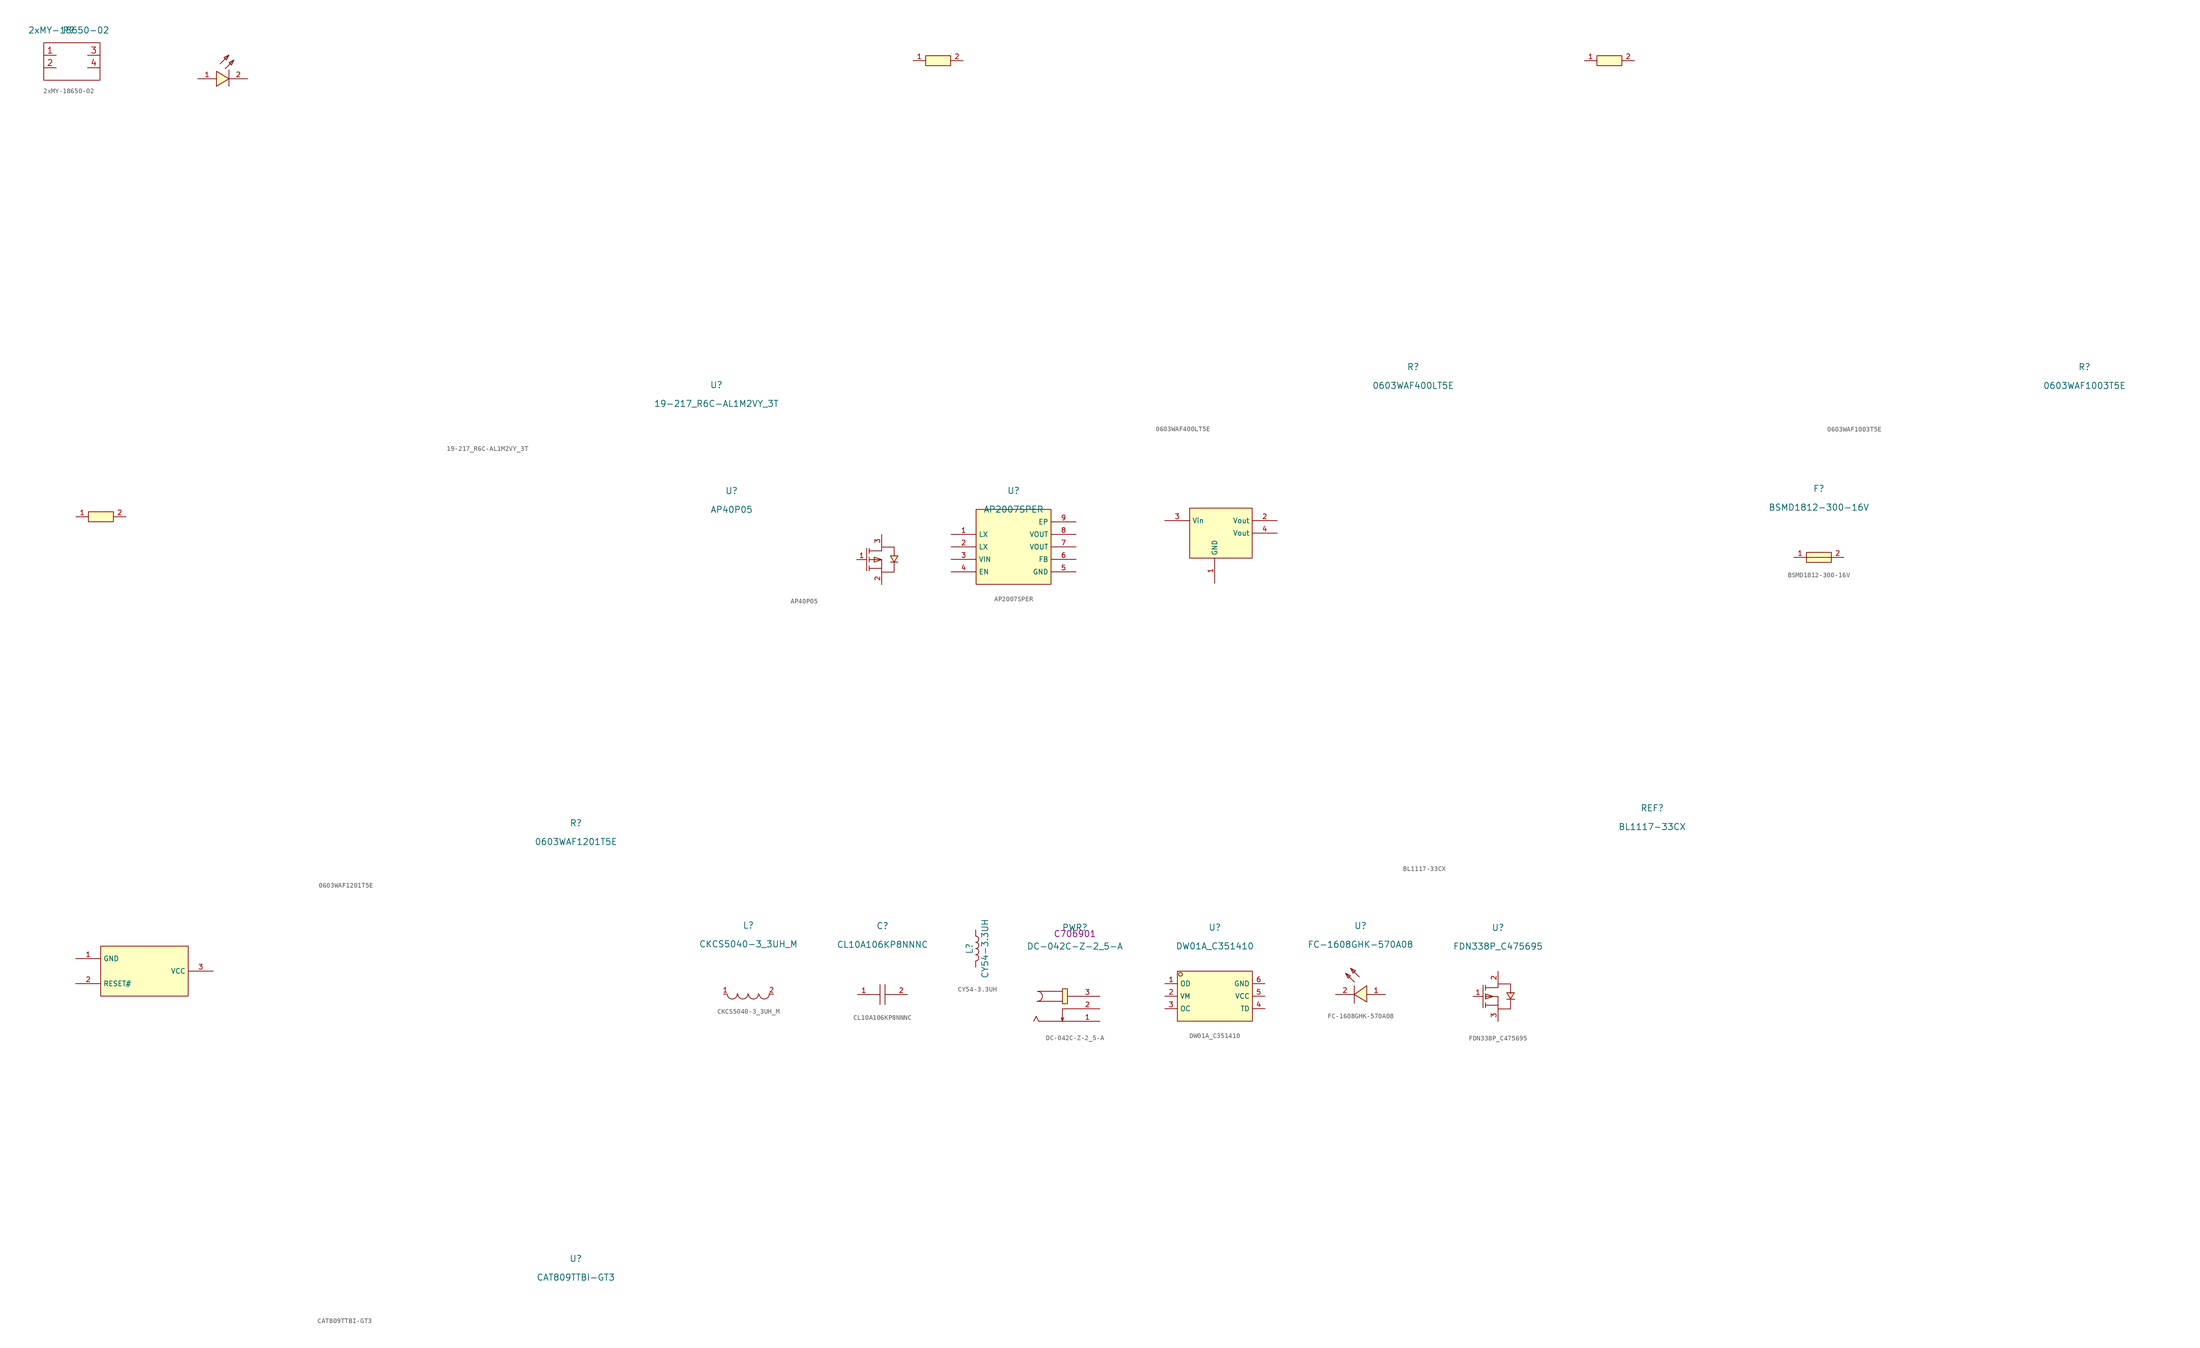
<source format=kicad_sym>
(kicad_symbol_lib
  (version 20211014)
  (generator kicad_symbol_editor)
  (symbol "2xMY-18650-02"
    (property "Reference" "P"
      (at 0 0 0)
      (effects (font (size 1.27 1.27))))
    (property "Value" "2xMY-18650-02"
      (at 0 0 0)
      (effects (font (size 1.27 1.27))))
    (symbol "2xMY-18650-02_0_1"
      (rectangle (start -5.08 -2.54) (end 6.35 -10.16) (stroke (width 0.152) (type default) (color 0 0 0 0)) (fill (type none))))
    (symbol "2xMY-18650-02_1_1"
      (pin bidirectional line (at -5.08 -5.08 0) (length 2.54) (name "" (effects (font (size 1.27 1.27)))) (number "1" (effects (font (size 1.27 1.27)))))
      (pin bidirectional line (at -5.08 -7.62 0) (length 2.54) (name "" (effects (font (size 1.27 1.27)))) (number "2" (effects (font (size 1.27 1.27)))))
      (pin bidirectional line (at 6.35 -5.08 180) (length 2.54) (name "" (effects (font (size 1.27 1.27)))) (number "3" (effects (font (size 1.27 1.27)))))
      (pin bidirectional line (at 6.35 -7.62 180) (length 2.54) (name "" (effects (font (size 1.27 1.27)))) (number "4" (effects (font (size 1.27 1.27)))))))
  (symbol "19-217_R6C-AL1M2VY_3T"
    (pin_names hide)
    (property "Reference" "U"
      (at 0 1.27 0)
      (effects (font (size 1.27 1.27))))
    (property "Value" "19-217_R6C-AL1M2VY_3T"
      (at 0 -2.54 0)
      (effects (font (size 1.27 1.27))))
    (symbol "19-217_R6C-AL1M2VY_3T_0_0"
      (polyline (pts (xy -100.838 66.548) (xy -99.06 68.326)) (stroke (width 0) (type default) (color 0 0 0 0)) (fill (type none)))
      (polyline (pts (xy -99.822 65.532) (xy -98.044 67.31)) (stroke (width 0) (type default) (color 0 0 0 0)) (fill (type none)))
      (polyline (pts (xy -99.06 65.278) (xy -99.06 61.976)) (stroke (width 0) (type default) (color 0 0 0 0)) (fill (type none)))
      (polyline (pts (xy -101.6 61.976) (xy -99.06 63.5) (xy -101.6 65.024) (xy -101.6 61.976)) (stroke (width 0) (type default) (color 0 0 0 0)) (fill (type background)))
      (polyline (pts (xy -99.06 68.326) (xy -100.076 67.818) (xy -99.568 67.31) (xy -99.06 68.326)) (stroke (width 0) (type default) (color 0 0 0 0)) (fill (type background)))
      (polyline (pts (xy -98.044 67.31) (xy -99.06 66.802) (xy -98.552 66.294) (xy -98.044 67.31)) (stroke (width 0) (type default) (color 0 0 0 0)) (fill (type background)))
      (pin input line (at -105.41 63.5 0) (length 3.81) (name "A" (effects (font (size 1 1)))) (number "1" (effects (font (size 1 1)))))
      (pin input line (at -95.25 63.5 180) (length 3.81) (name "C" (effects (font (size 1 1)))) (number "2" (effects (font (size 1 1)))))))
  (symbol "0603WAF400LT5E"
    (pin_names hide)
    (property "Reference" "R"
      (at 0 1.27 0)
      (effects (font (size 1.27 1.27))))
    (property "Value" "0603WAF400LT5E"
      (at 0 -2.54 0)
      (effects (font (size 1.27 1.27))))
    (symbol "0603WAF400LT5E_0_0"
      (rectangle (start -99.06 64.516) (end -93.98 62.484) (stroke (width 0) (type default) (color 0 0 0 0)) (fill (type background)))
      (pin input line (at -101.6 63.5 0) (length 2.54) (name "1" (effects (font (size 1 1)))) (number "1" (effects (font (size 1 1)))))
      (pin input line (at -91.44 63.5 180) (length 2.54) (name "2" (effects (font (size 1 1)))) (number "2" (effects (font (size 1 1)))))))
  (symbol "0603WAF1003T5E"
    (pin_names hide)
    (property "Reference" "R"
      (at 0 1.27 0)
      (effects (font (size 1.27 1.27))))
    (property "Value" "0603WAF1003T5E"
      (at 0 -2.54 0)
      (effects (font (size 1.27 1.27))))
    (symbol "0603WAF1003T5E_0_0"
      (rectangle (start -99.06 64.516) (end -93.98 62.484) (stroke (width 0) (type default) (color 0 0 0 0)) (fill (type background)))
      (pin input line (at -101.6 63.5 0) (length 2.54) (name "1" (effects (font (size 1 1)))) (number "1" (effects (font (size 1 1)))))
      (pin input line (at -91.44 63.5 180) (length 2.54) (name "2" (effects (font (size 1 1)))) (number "2" (effects (font (size 1 1)))))))
  (symbol "0603WAF1201T5E"
    (pin_names hide)
    (property "Reference" "R"
      (at 0 1.27 0)
      (effects (font (size 1.27 1.27))))
    (property "Value" "0603WAF1201T5E"
      (at 0 -2.54 0)
      (effects (font (size 1.27 1.27))))
    (symbol "0603WAF1201T5E_0_0"
      (rectangle (start -99.06 64.516) (end -93.98 62.484) (stroke (width 0) (type default) (color 0 0 0 0)) (fill (type background)))
      (pin input line (at -101.6 63.5 0) (length 2.54) (name "1" (effects (font (size 1 1)))) (number "1" (effects (font (size 1 1)))))
      (pin input line (at -91.44 63.5 180) (length 2.54) (name "2" (effects (font (size 1 1)))) (number "2" (effects (font (size 1 1)))))))
  (symbol "AP40P05"
    (pin_names hide)
    (property "Reference" "U"
      (at 0 1.27 0)
      (effects (font (size 1.27 1.27))))
    (property "Value" "AP40P05"
      (at 0 -2.54 0)
      (effects (font (size 1.27 1.27))))
    (symbol "AP40P05_0_0"
      (polyline (pts (xy 27.432 -10.414) (xy 27.432 -14.986)) (stroke (width 0) (type default) (color 0 0 0 0)) (fill (type none)))
      (polyline (pts (xy 27.94 -14.986) (xy 27.94 -13.97)) (stroke (width 0) (type default) (color 0 0 0 0)) (fill (type none)))
      (polyline (pts (xy 27.94 -13.208) (xy 27.94 -12.192)) (stroke (width 0) (type default) (color 0 0 0 0)) (fill (type none)))
      (polyline (pts (xy 27.94 -11.43) (xy 27.94 -10.414)) (stroke (width 0) (type default) (color 0 0 0 0)) (fill (type none)))
      (polyline (pts (xy 30.48 -14.478) (xy 27.94 -14.478)) (stroke (width 0) (type default) (color 0 0 0 0)) (fill (type none)))
      (polyline (pts (xy 30.48 -10.922) (xy 27.94 -10.922)) (stroke (width 0) (type default) (color 0 0 0 0)) (fill (type none)))
      (polyline (pts (xy 27.94 -12.7) (xy 30.48 -12.7) (xy 30.48 -15.24)) (stroke (width 0) (type default) (color 0 0 0 0)) (fill (type none)))
      (polyline (pts (xy 30.48 -15.24) (xy 33.02 -15.24) (xy 33.02 -13.208)) (stroke (width 0) (type default) (color 0 0 0 0)) (fill (type none)))
      (polyline (pts (xy 30.48 -12.7) (xy 28.956 -12.192) (xy 28.956 -13.208) (xy 30.48 -12.7)) (stroke (width 0) (type default) (color 0 0 0 0)) (fill (type background)))
      (polyline (pts (xy 30.48 -10.922) (xy 30.48 -10.16) (xy 33.02 -10.16) (xy 33.02 -11.938)) (stroke (width 0) (type default) (color 0 0 0 0)) (fill (type none)))
      (polyline (pts (xy 33.02 -13.208) (xy 33.782 -11.938) (xy 32.258 -11.938) (xy 33.02 -13.208)) (stroke (width 0) (type default) (color 0 0 0 0)) (fill (type background)))
      (polyline (pts (xy 33.782 -13.208) (xy 33.528 -13.208) (xy 32.512 -13.208) (xy 32.258 -13.208)) (stroke (width 0) (type default) (color 0 0 0 0)) (fill (type none)))
      (pin unspecified line (at 25.4 -12.7 0) (length 2.032) (name "G" (effects (font (size 1 1)))) (number "1" (effects (font (size 1 1)))))
      (pin unspecified line (at 30.48 -17.78 90) (length 2.54) (name "S" (effects (font (size 1 1)))) (number "2" (effects (font (size 1 1)))))
      (pin unspecified line (at 30.48 -7.62 270) (length 2.54) (name "D" (effects (font (size 1 1)))) (number "3" (effects (font (size 1 1)))))))
  (symbol "AP2007SPER"
    (property "Reference" "U"
      (at 0 1.27 0)
      (effects (font (size 1.27 1.27))))
    (property "Value" "AP2007SPER"
      (at 0 -2.54 0)
      (effects (font (size 1.27 1.27))))
    (symbol "AP2007SPER_0_0"
      (rectangle (start -7.62 -2.54) (end 7.62 -17.78) (stroke (width 0) (type default) (color 0 0 0 0)) (fill (type background)))
      (pin unspecified line (at -12.7 -7.62 0) (length 5.08) (name "LX" (effects (font (size 1 1)))) (number "1" (effects (font (size 1 1)))))
      (pin unspecified line (at -12.7 -10.16 0) (length 5.08) (name "LX" (effects (font (size 1 1)))) (number "2" (effects (font (size 1 1)))))
      (pin unspecified line (at -12.7 -12.7 0) (length 5.08) (name "VIN" (effects (font (size 1 1)))) (number "3" (effects (font (size 1 1)))))
      (pin unspecified line (at -12.7 -15.24 0) (length 5.08) (name "EN" (effects (font (size 1 1)))) (number "4" (effects (font (size 1 1)))))
      (pin unspecified line (at 12.7 -15.24 180) (length 5.08) (name "GND" (effects (font (size 1 1)))) (number "5" (effects (font (size 1 1)))))
      (pin unspecified line (at 12.7 -12.7 180) (length 5.08) (name "FB" (effects (font (size 1 1)))) (number "6" (effects (font (size 1 1)))))
      (pin unspecified line (at 12.7 -10.16 180) (length 5.08) (name "VOUT" (effects (font (size 1 1)))) (number "7" (effects (font (size 1 1)))))
      (pin unspecified line (at 12.7 -7.62 180) (length 5.08) (name "VOUT" (effects (font (size 1 1)))) (number "8" (effects (font (size 1 1)))))
      (pin unspecified line (at 12.7 -5.08 180) (length 5.08) (name "EP" (effects (font (size 1 1)))) (number "9" (effects (font (size 1 1)))))))
  (symbol "BL1117-33CX"
    (property "Reference" "REF"
      (at 0 1.27 0)
      (effects (font (size 1.27 1.27))))
    (property "Value" "BL1117-33CX"
      (at 0 -2.54 0)
      (effects (font (size 1.27 1.27))))
    (symbol "BL1117-33CX_0_0"
      (rectangle (start -93.98 62.23) (end -81.28 52.07) (stroke (width 0) (type default) (color 0 0 0 0)) (fill (type background)))
      (pin unspecified line (at -88.9 46.99 90) (length 5.08) (name "GND" (effects (font (size 1 1)))) (number "1" (effects (font (size 1 1)))))
      (pin unspecified line (at -76.2 59.69 180) (length 5.08) (name "Vout" (effects (font (size 1 1)))) (number "2" (effects (font (size 1 1)))))
      (pin unspecified line (at -99.06 59.69 0) (length 5.08) (name "Vin" (effects (font (size 1 1)))) (number "3" (effects (font (size 1 1)))))
      (pin unspecified line (at -76.2 57.15 180) (length 5.08) (name "Vout" (effects (font (size 1 1)))) (number "4" (effects (font (size 1 1)))))))
  (symbol "BSMD1812-300-16V"
    (pin_names hide)
    (property "Reference" "F"
      (at 0 1.27 0)
      (effects (font (size 1.27 1.27))))
    (property "Value" "BSMD1812-300-16V"
      (at 0 -2.54 0)
      (effects (font (size 1.27 1.27))))
    (symbol "BSMD1812-300-16V_0_0"
      (rectangle (start -2.54 -11.684) (end 2.54 -13.716) (stroke (width 0) (type default) (color 0 0 0 0)) (fill (type background)))
      (polyline (pts (xy -2.54 -12.7) (xy 2.54 -12.7)) (stroke (width 0) (type default) (color 0 0 0 0)) (fill (type none)))
      (pin unspecified line (at -5.08 -12.7 0) (length 2.54) (name "1" (effects (font (size 1 1)))) (number "1" (effects (font (size 1 1)))))
      (pin unspecified line (at 5.08 -12.7 180) (length 2.54) (name "2" (effects (font (size 1 1)))) (number "2" (effects (font (size 1 1)))))))
  (symbol "CAT809TTBI-GT3"
    (property "Reference" "U"
      (at 0 1.27 0)
      (effects (font (size 1.27 1.27))))
    (property "Value" "CAT809TTBI-GT3"
      (at 0 -2.54 0)
      (effects (font (size 1.27 1.27))))
    (symbol "CAT809TTBI-GT3_0_0"
      (rectangle (start -96.52 64.77) (end -78.74 54.61) (stroke (width 0) (type default) (color 0 0 0 0)) (fill (type background)))
      (pin unspecified line (at -101.6 62.23 0) (length 5.08) (name "GND" (effects (font (size 1 1)))) (number "1" (effects (font (size 1 1)))))
      (pin unspecified line (at -101.6 57.15 0) (length 5.08) (name "RESET#" (effects (font (size 1 1)))) (number "2" (effects (font (size 1 1)))))
      (pin unspecified line (at -73.66 59.69 180) (length 5.08) (name "VCC" (effects (font (size 1 1)))) (number "3" (effects (font (size 1 1)))))))
  (symbol "CKCS5040-3_3UH_M"
    (pin_names hide)
    (property "Reference" "L"
      (at 0 1.27 0)
      (effects (font (size 1.27 1.27))))
    (property "Value" "CKCS5040-3_3UH_M"
      (at 0 -2.54 0)
      (effects (font (size 1.27 1.27))))
    (symbol "CKCS5040-3_3UH_M_0_0"
      (arc (start -4.2859 -12.801) (mid -3.1591 -13.6924) (end -2.2676 -12.5655) (stroke (width 0) (type default) (color 0 0 0 0)) (fill (type none)))
      (arc (start -2.1312 -12.8003) (mid -1.0043 -13.6919) (end -0.1129 -12.5649) (stroke (width 0) (type default) (color 0 0 0 0)) (fill (type none)))
      (arc (start 0.0194 -12.8003) (mid 1.1463 -13.6919) (end 2.0377 -12.5649) (stroke (width 0) (type default) (color 0 0 0 0)) (fill (type none)))
      (arc (start 2.2122 -12.8008) (mid 3.3391 -13.6924) (end 4.2305 -12.5654) (stroke (width 0) (type default) (color 0 0 0 0)) (fill (type none)))
      (pin unspecified line (at -5.08 -12.7 0) (length 0.762) (name "1" (effects (font (size 1 1)))) (number "1" (effects (font (size 1 1)))))
      (pin unspecified line (at 5.08 -12.7 180) (length 0.762) (name "2" (effects (font (size 1 1)))) (number "2" (effects (font (size 1 1)))))))
  (symbol "CL10A106KP8NNNC"
    (pin_names hide)
    (property "Reference" "C"
      (at 0 1.27 0)
      (effects (font (size 1.27 1.27))))
    (property "Value" "CL10A106KP8NNNC"
      (at 0 -2.54 0)
      (effects (font (size 1.27 1.27))))
    (symbol "CL10A106KP8NNNC_0_0"
      (polyline (pts (xy -0.508 -14.732) (xy -0.508 -10.668)) (stroke (width 0) (type default) (color 0 0 0 0)) (fill (type none)))
      (polyline (pts (xy -0.508 -12.7) (xy -2.54 -12.7)) (stroke (width 0) (type default) (color 0 0 0 0)) (fill (type none)))
      (polyline (pts (xy 0.508 -10.668) (xy 0.508 -14.732)) (stroke (width 0) (type default) (color 0 0 0 0)) (fill (type none)))
      (polyline (pts (xy 2.54 -12.7) (xy 0.508 -12.7)) (stroke (width 0) (type default) (color 0 0 0 0)) (fill (type none)))
      (pin unspecified line (at -5.08 -12.7 0) (length 2.54) (name "1" (effects (font (size 1 1)))) (number "1" (effects (font (size 1 1)))))
      (pin unspecified line (at 5.08 -12.7 180) (length 2.54) (name "2" (effects (font (size 1 1)))) (number "2" (effects (font (size 1 1)))))))
  (symbol "CY54-3.3UH"
    (pin_numbers hide)
    (pin_names
      (offset 1.016) hide)
    (property "Reference" "L"
      (at -1.27 0 90)
      (effects (font (size 1.27 1.27))))
    (property "Value" "CY54-3.3UH"
      (at 1.905 0 90)
      (effects (font (size 1.27 1.27))))
    (symbol "CY54-3.3UH_0_1"
      (arc (start 0 -2.54) (mid 0.635 -1.905) (end 0 -1.27) (stroke (width 0) (type default) (color 0 0 0 0)) (fill (type none)))
      (arc (start 0 -1.27) (mid 0.635 -0.635) (end 0 0) (stroke (width 0) (type default) (color 0 0 0 0)) (fill (type none)))
      (arc (start 0 0) (mid 0.635 0.635) (end 0 1.27) (stroke (width 0) (type default) (color 0 0 0 0)) (fill (type none)))
      (arc (start 0 1.27) (mid 0.635 1.905) (end 0 2.54) (stroke (width 0) (type default) (color 0 0 0 0)) (fill (type none))))
    (symbol "CY54-3.3UH_1_1"
      (pin passive line (at 0 3.81 270) (length 1.27) (name "1" (effects (font (size 1.27 1.27)))) (number "1" (effects (font (size 1.27 1.27)))))
      (pin passive line (at 0 -3.81 90) (length 1.27) (name "2" (effects (font (size 1.27 1.27)))) (number "2" (effects (font (size 1.27 1.27)))))))
  (symbol "DC-042C-Z-2_5-A"
    (pin_names hide)
    (property "Reference" "PWR"
      (at 0 1.27 0)
      (effects (font (size 1.27 1.27))))
    (property "Value" "DC-042C-Z-2_5-A"
      (at 0 -2.54 0)
      (effects (font (size 1.27 1.27))))
    (property "LCSC #" "C706901"
      (at 0 0 0)
      (effects (font (size 1.27 1.27))))
    (symbol "DC-042C-Z-2_5-A_0_0"
      (arc (start -7.7278 -13.7103) (mid -6.6097 -12.8078) (end -7.5122 -11.6897) (stroke (width 0) (type default) (color 0 0 0 0)) (fill (type none)))
      (rectangle (start -2.54 -11.176) (end -1.524 -14.224) (stroke (width 0) (type default) (color 0 0 0 0)) (fill (type background)))
      (polyline (pts (xy -2.54 -17.78) (xy -2.794 -17.018)) (stroke (width 0) (type default) (color 0 0 0 0)) (fill (type none)))
      (polyline (pts (xy -2.54 -13.716) (xy -7.62 -13.716)) (stroke (width 0) (type default) (color 0 0 0 0)) (fill (type none)))
      (polyline (pts (xy -2.54 -11.684) (xy -7.62 -11.684)) (stroke (width 0) (type default) (color 0 0 0 0)) (fill (type none)))
      (polyline (pts (xy 0 -12.7) (xy -1.524 -12.7)) (stroke (width 0) (type default) (color 0 0 0 0)) (fill (type none)))
      (polyline (pts (xy 0 -17.78) (xy -7.366 -17.78) (xy -7.874 -16.764) (xy -8.382 -17.78)) (stroke (width 0) (type default) (color 0 0 0 0)) (fill (type none)))
      (polyline (pts (xy 0 -15.24) (xy -2.54 -15.24) (xy -2.54 -17.78) (xy -2.286 -17.018)) (stroke (width 0) (type default) (color 0 0 0 0)) (fill (type none)))
      (pin unspecified line (at 5.08 -17.78 180) (length 5.08) (name "1" (effects (font (size 1 1)))) (number "1" (effects (font (size 1 1)))))
      (pin unspecified line (at 5.08 -15.24 180) (length 5.08) (name "2" (effects (font (size 1 1)))) (number "2" (effects (font (size 1 1)))))
      (pin unspecified line (at 5.08 -12.7 180) (length 5.08) (name "3" (effects (font (size 1 1)))) (number "3" (effects (font (size 1 1)))))))
  (symbol "DW01A_C351410"
    (property "Reference" "U"
      (at 0 1.27 0)
      (effects (font (size 1.27 1.27))))
    (property "Value" "DW01A_C351410"
      (at 0 -2.54 0)
      (effects (font (size 1.27 1.27))))
    (symbol "DW01A_C351410_0_0"
      (rectangle (start -7.62 -7.62) (end 7.62 -17.78) (stroke (width 0) (type default) (color 0 0 0 0)) (fill (type background)))
      (circle (center -6.985 -8.255) (radius 0.381) (stroke (width 0) (type default) (color 0 0 0 0)) (fill (type background)))
      (pin unspecified line (at -10.16 -10.16 0) (length 2.54) (name "OD" (effects (font (size 1 1)))) (number "1" (effects (font (size 1 1)))))
      (pin unspecified line (at -10.16 -12.7 0) (length 2.54) (name "VM" (effects (font (size 1 1)))) (number "2" (effects (font (size 1 1)))))
      (pin unspecified line (at -10.16 -15.24 0) (length 2.54) (name "OC" (effects (font (size 1 1)))) (number "3" (effects (font (size 1 1)))))
      (pin unspecified line (at 10.16 -15.24 180) (length 2.54) (name "TD" (effects (font (size 1 1)))) (number "4" (effects (font (size 1 1)))))
      (pin unspecified line (at 10.16 -12.7 180) (length 2.54) (name "VCC" (effects (font (size 1 1)))) (number "5" (effects (font (size 1 1)))))
      (pin unspecified line (at 10.16 -10.16 180) (length 2.54) (name "GND" (effects (font (size 1 1)))) (number "6" (effects (font (size 1 1)))))))
  (symbol "FC-1608GHK-570A08"
    (pin_names hide)
    (property "Reference" "U"
      (at 0 1.27 0)
      (effects (font (size 1.27 1.27))))
    (property "Value" "FC-1608GHK-570A08"
      (at 0 -2.54 0)
      (effects (font (size 1.27 1.27))))
    (symbol "FC-1608GHK-570A08_0_0"
      (polyline (pts (xy -1.27 -14.478) (xy -1.27 -10.922)) (stroke (width 0) (type default) (color 0 0 0 0)) (fill (type none)))
      (polyline (pts (xy -1.27 -10.16) (xy -3.048 -8.382)) (stroke (width 0) (type default) (color 0 0 0 0)) (fill (type none)))
      (polyline (pts (xy -0.254 -9.144) (xy -2.032 -7.366)) (stroke (width 0) (type default) (color 0 0 0 0)) (fill (type none)))
      (polyline (pts (xy -3.048 -8.382) (xy -2.032 -8.89) (xy -2.54 -9.398) (xy -3.048 -8.382)) (stroke (width 0) (type default) (color 0 0 0 0)) (fill (type background)))
      (polyline (pts (xy -2.032 -7.366) (xy -1.016 -7.874) (xy -1.524 -8.382) (xy -2.032 -7.366)) (stroke (width 0) (type default) (color 0 0 0 0)) (fill (type background)))
      (polyline (pts (xy 1.27 -14.224) (xy -1.27 -12.7) (xy 1.27 -10.922) (xy 1.27 -14.224)) (stroke (width 0) (type default) (color 0 0 0 0)) (fill (type background)))
      (pin unspecified line (at 5.08 -12.7 180) (length 3.81) (name "+" (effects (font (size 1 1)))) (number "1" (effects (font (size 1 1)))))
      (pin unspecified line (at -5.08 -12.7 0) (length 3.81) (name "-" (effects (font (size 1 1)))) (number "2" (effects (font (size 1 1)))))))
  (symbol "FDN338P_C475695"
    (pin_names hide)
    (property "Reference" "U"
      (at 0 1.27 0)
      (effects (font (size 1.27 1.27))))
    (property "Value" "FDN338P_C475695"
      (at 0 -2.54 0)
      (effects (font (size 1.27 1.27))))
    (symbol "FDN338P_C475695_0_0"
      (polyline (pts (xy -3.048 -10.414) (xy -3.048 -14.986)) (stroke (width 0) (type default) (color 0 0 0 0)) (fill (type none)))
      (polyline (pts (xy -2.54 -14.986) (xy -2.54 -13.97)) (stroke (width 0) (type default) (color 0 0 0 0)) (fill (type none)))
      (polyline (pts (xy -2.54 -13.208) (xy -2.54 -12.192)) (stroke (width 0) (type default) (color 0 0 0 0)) (fill (type none)))
      (polyline (pts (xy -2.54 -10.414) (xy -2.54 -11.43)) (stroke (width 0) (type default) (color 0 0 0 0)) (fill (type none)))
      (polyline (pts (xy 0 -14.478) (xy -2.54 -14.478)) (stroke (width 0) (type default) (color 0 0 0 0)) (fill (type none)))
      (polyline (pts (xy 3.386 -13.269) (xy 1.76 -13.269)) (stroke (width 0) (type default) (color 0 0 0 0)) (fill (type none)))
      (polyline (pts (xy -1.016 -12.7) (xy -2.54 -12.192) (xy -2.54 -13.208) (xy -1.016 -12.7)) (stroke (width 0) (type default) (color 0 0 0 0)) (fill (type background)))
      (polyline (pts (xy 2.54 -13.208) (xy 3.302 -11.938) (xy 1.778 -11.938) (xy 2.54 -13.208)) (stroke (width 0) (type default) (color 0 0 0 0)) (fill (type background)))
      (polyline (pts (xy -2.54 -12.7) (xy 0 -12.7) (xy 0 -15.24) (xy 2.54 -15.24) (xy 2.54 -13.462)) (stroke (width 0) (type default) (color 0 0 0 0)) (fill (type none)))
      (polyline (pts (xy -2.54 -10.922) (xy 0 -10.922) (xy 0 -10.16) (xy 2.54 -10.16) (xy 2.54 -12.192)) (stroke (width 0) (type default) (color 0 0 0 0)) (fill (type none)))
      (pin unspecified line (at -5.08 -12.7 0) (length 2.032) (name "G" (effects (font (size 1 1)))) (number "1" (effects (font (size 1 1)))))
      (pin unspecified line (at 0 -7.62 270) (length 2.54) (name "D" (effects (font (size 1 1)))) (number "2" (effects (font (size 1 1)))))
      (pin unspecified line (at 0 -17.78 90) (length 2.54) (name "S" (effects (font (size 1 1)))) (number "3" (effects (font (size 1 1))))))))
</source>
